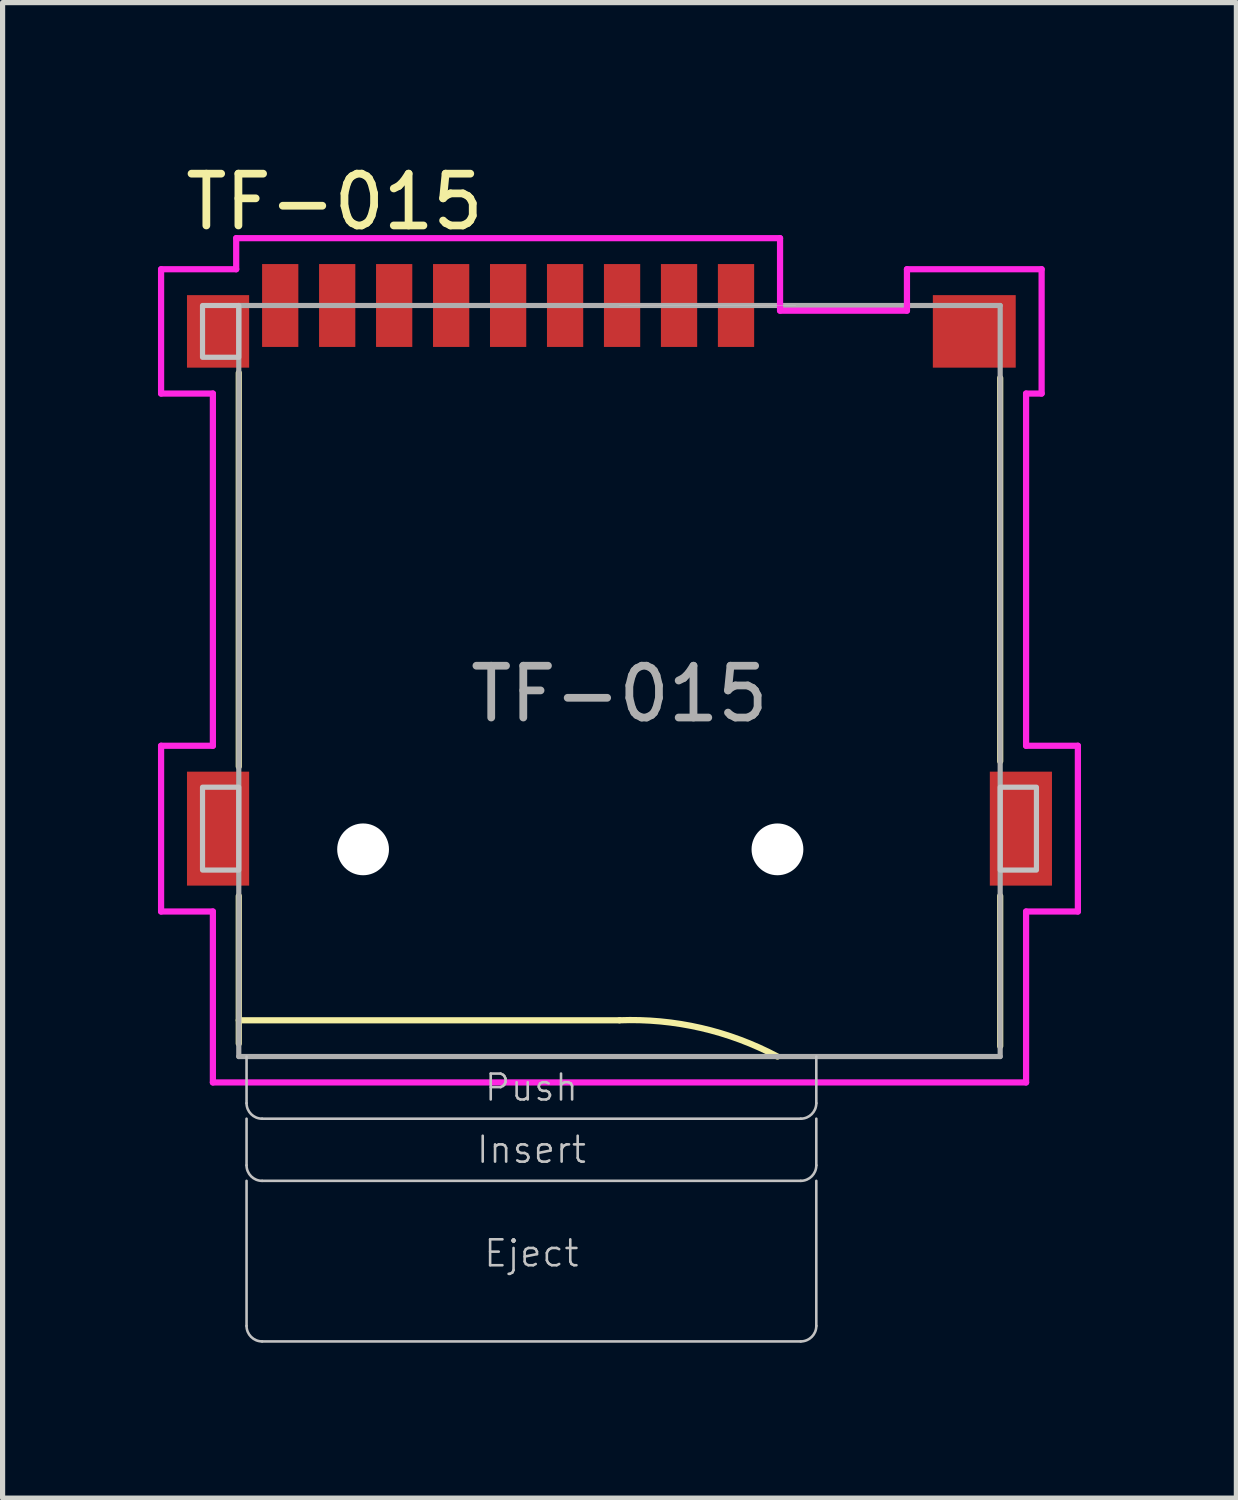
<source format=kicad_pcb>
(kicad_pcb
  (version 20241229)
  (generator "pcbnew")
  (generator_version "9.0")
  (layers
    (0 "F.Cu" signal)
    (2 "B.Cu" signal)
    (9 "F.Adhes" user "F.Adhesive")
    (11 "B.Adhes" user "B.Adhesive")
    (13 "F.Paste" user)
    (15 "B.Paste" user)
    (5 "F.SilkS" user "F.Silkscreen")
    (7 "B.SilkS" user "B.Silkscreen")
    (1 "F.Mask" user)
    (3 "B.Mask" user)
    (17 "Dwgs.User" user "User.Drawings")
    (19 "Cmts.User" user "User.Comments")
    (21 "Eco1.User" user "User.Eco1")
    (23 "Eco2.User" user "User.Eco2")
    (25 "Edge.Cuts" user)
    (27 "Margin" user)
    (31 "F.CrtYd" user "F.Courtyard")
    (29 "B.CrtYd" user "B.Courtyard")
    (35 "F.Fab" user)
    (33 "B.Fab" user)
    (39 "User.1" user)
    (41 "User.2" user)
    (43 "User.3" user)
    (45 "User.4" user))
  (footprint "TF-015"
    (layer "F.Cu")
    (at 8.91 2.848)
    (property "Reference" "TF-015" (at -5.5 -2 0) (unlocked yes) (layer "F.SilkS") (effects (font (size 1 1) (thickness 0.15))))
    (fp_line (start -7.35 8.9) (end -7.35 1.3) (stroke (width 0.12) (type solid)) (layer "F.SilkS"))
    (fp_line (start -7.35 13.8) (end 0 13.8) (stroke (width 0.12) (type solid)) (layer "F.SilkS"))
    (fp_line (start -7.35 14.25) (end -7.35 11.4) (stroke (width 0.12) (type solid)) (layer "F.SilkS"))
    (fp_line (start 7.35 8.8) (end 7.35 1.4) (stroke (width 0.12) (type solid)) (layer "F.SilkS"))
    (fp_line (start 7.35 14.3) (end 7.35 11.4) (stroke (width 0.12) (type solid)) (layer "F.SilkS"))
    (fp_arc (start 0 13.8) (mid 1.571389 13.947876) (end 3.049999 14.5) (stroke (width 0.12) (type solid)) (layer "F.SilkS"))
    (fp_line (start -7.2 14.5) (end -7.2 15.4) (stroke (width 0.05) (type solid)) (layer "Dwgs.User"))
    (fp_line (start -7.2 15.7) (end -7.2 16.6) (stroke (width 0.05) (type solid)) (layer "Dwgs.User"))
    (fp_line (start -7.2 16.9) (end -7.2 19.7) (stroke (width 0.05) (type solid)) (layer "Dwgs.User"))
    (fp_line (start -6.9 15.7) (end 3.5 15.7) (stroke (width 0.05) (type solid)) (layer "Dwgs.User"))
    (fp_line (start -6.9 16.9) (end 3.5 16.9) (stroke (width 0.05) (type solid)) (layer "Dwgs.User"))
    (fp_line (start -6.9 20) (end 3.5 20) (stroke (width 0.05) (type solid)) (layer "Dwgs.User"))
    (fp_line (start 3.4 0) (end 0 0) (stroke (width 0.01) (type solid)) (layer "Dwgs.User"))
    (fp_line (start 3.8 15.4) (end 3.8 14.5) (stroke (width 0.05) (type solid)) (layer "Dwgs.User"))
    (fp_line (start 3.8 16.6) (end 3.8 15.7) (stroke (width 0.05) (type solid)) (layer "Dwgs.User"))
    (fp_line (start 3.8 19.7) (end 3.8 16.9) (stroke (width 0.05) (type solid)) (layer "Dwgs.User"))
    (fp_rect (start -8.05 9.3) (end -7.35 10.9) (stroke (width 0.1) (type solid)) (fill no) (layer "Dwgs.User"))
    (fp_rect (start -7.35 0) (end -8.05 1) (stroke (width 0.1) (type solid)) (fill no) (layer "Dwgs.User"))
    (fp_rect (start 7.35 9.3) (end 8.05 10.9) (stroke (width 0.1) (type solid)) (fill no) (layer "Dwgs.User"))
    (fp_arc (start -6.900002 15.700002) (mid -7.112133 15.612133) (end -7.2 15.4) (stroke (width 0.05) (type solid)) (layer "Dwgs.User"))
    (fp_arc (start -6.900002 16.900002) (mid -7.112133 16.812133) (end -7.2 16.6) (stroke (width 0.05) (type solid)) (layer "Dwgs.User"))
    (fp_arc (start -6.900002 20.000002) (mid -7.112133 19.912133) (end -7.2 19.7) (stroke (width 0.05) (type solid)) (layer "Dwgs.User"))
    (fp_arc (start 3.800002 15.400002) (mid 3.712133 15.612133) (end 3.5 15.7) (stroke (width 0.05) (type solid)) (layer "Dwgs.User"))
    (fp_arc (start 3.800002 16.600002) (mid 3.712133 16.812133) (end 3.5 16.9) (stroke (width 0.05) (type solid)) (layer "Dwgs.User"))
    (fp_arc (start 3.800002 19.700002) (mid 3.712133 19.912133) (end 3.5 20) (stroke (width 0.05) (type solid)) (layer "Dwgs.User"))
    (fp_line (start -8.85 -0.7) (end -8.85 1.7) (stroke (width 0.12) (type solid)) (layer "F.CrtYd"))
    (fp_line (start -8.85 -0.7) (end -7.4 -0.7) (stroke (width 0.12) (type solid)) (layer "F.CrtYd"))
    (fp_line (start -8.85 1.7) (end -7.85 1.7) (stroke (width 0.12) (type solid)) (layer "F.CrtYd"))
    (fp_line (start -8.85 8.5) (end -8.85 11.7) (stroke (width 0.12) (type solid)) (layer "F.CrtYd"))
    (fp_line (start -8.85 11.7) (end -7.85 11.7) (stroke (width 0.12) (type solid)) (layer "F.CrtYd"))
    (fp_line (start -7.85 8.5) (end -8.85 8.5) (stroke (width 0.12) (type solid)) (layer "F.CrtYd"))
    (fp_line (start -7.85 8.5) (end -7.85 1.7) (stroke (width 0.12) (type solid)) (layer "F.CrtYd"))
    (fp_line (start -7.85 11.7) (end -7.85 15) (stroke (width 0.12) (type solid)) (layer "F.CrtYd"))
    (fp_line (start -7.85 15) (end 7.85 15) (stroke (width 0.12) (type solid)) (layer "F.CrtYd"))
    (fp_line (start -7.4 -1.3) (end 3.1 -1.3) (stroke (width 0.12) (type solid)) (layer "F.CrtYd"))
    (fp_line (start -7.4 -0.7) (end -7.4 -1.3) (stroke (width 0.12) (type solid)) (layer "F.CrtYd"))
    (fp_line (start 3.1 -1.3) (end 3.1 0.1) (stroke (width 0.12) (type solid)) (layer "F.CrtYd"))
    (fp_line (start 3.1 0.1) (end 5.55 0.1) (stroke (width 0.12) (type solid)) (layer "F.CrtYd"))
    (fp_line (start 5.55 -0.7) (end 8.15 -0.7) (stroke (width 0.12) (type solid)) (layer "F.CrtYd"))
    (fp_line (start 5.55 0.1) (end 5.55 -0.7) (stroke (width 0.12) (type solid)) (layer "F.CrtYd"))
    (fp_line (start 7.85 1.7) (end 8.15 1.7) (stroke (width 0.12) (type solid)) (layer "F.CrtYd"))
    (fp_line (start 7.85 8.5) (end 7.85 1.7) (stroke (width 0.12) (type solid)) (layer "F.CrtYd"))
    (fp_line (start 7.85 11.7) (end 8.85 11.7) (stroke (width 0.12) (type solid)) (layer "F.CrtYd"))
    (fp_line (start 7.85 15) (end 7.85 11.7) (stroke (width 0.12) (type solid)) (layer "F.CrtYd"))
    (fp_line (start 8.15 -0.7) (end 8.15 1.7) (stroke (width 0.12) (type solid)) (layer "F.CrtYd"))
    (fp_line (start 8.85 8.5) (end 7.85 8.5) (stroke (width 0.12) (type solid)) (layer "F.CrtYd"))
    (fp_line (start 8.85 11.7) (end 8.85 8.5) (stroke (width 0.12) (type solid)) (layer "F.CrtYd"))
    (fp_line (start -7.35 0) (end 7.35 0) (stroke (width 0.1) (type solid)) (layer "F.Fab"))
    (fp_line (start -7.35 14.5) (end -7.35 0) (stroke (width 0.1) (type solid)) (layer "F.Fab"))
    (fp_line (start 7.35 14.5) (end -7.35 14.5) (stroke (width 0.1) (type solid)) (layer "F.Fab"))
    (fp_line (start 7.35 14.5) (end 7.35 0) (stroke (width 0.1) (type solid)) (layer "F.Fab"))
    (fp_text user "Insert" (at -1.7 16.3 0) (unlocked yes) (layer "Dwgs.User") (effects (font (size 0.5 0.5) (thickness 0.05))))
    (fp_text user "Eject" (at -1.7 18.3 0) (unlocked yes) (layer "Dwgs.User") (effects (font (size 0.5 0.5) (thickness 0.05))))
    (fp_text user "Push" (at -1.7 15.1 0) (unlocked yes) (layer "Dwgs.User") (effects (font (size 0.5 0.5) (thickness 0.05))))
    (fp_text user "${REFERENCE}" (at 0 7.5 0) (unlocked yes) (layer "F.Fab") (effects (font (size 1 1) (thickness 0.15))))
    (pad "" np_thru_hole circle (at -4.95 10.5) (size 1 1) (drill 1) (layers "*.Cu" "*.Mask"))
    (pad "" np_thru_hole circle (at 3.05 10.5) (size 1 1) (drill 1) (layers "*.Cu" "*.Mask"))
    (pad "1" smd rect (at 2.25 0) (size 0.7 1.6) (layers "F.Cu" "F.Mask" "F.Paste"))
    (pad "2" smd rect (at 1.15 0) (size 0.7 1.6) (layers "F.Cu" "F.Mask" "F.Paste"))
    (pad "3" smd rect (at 0.05 0) (size 0.7 1.6) (layers "F.Cu" "F.Mask" "F.Paste"))
    (pad "4" smd rect (at -1.05 0) (size 0.7 1.6) (layers "F.Cu" "F.Mask" "F.Paste"))
    (pad "5" smd rect (at -2.15 0) (size 0.7 1.6) (layers "F.Cu" "F.Mask" "F.Paste"))
    (pad "6" smd rect (at -3.25 0) (size 0.7 1.6) (layers "F.Cu" "F.Mask" "F.Paste"))
    (pad "7" smd rect (at -4.35 0) (size 0.7 1.6) (layers "F.Cu" "F.Mask" "F.Paste"))
    (pad "8" smd rect (at -5.45 0) (size 0.7 1.6) (layers "F.Cu" "F.Mask" "F.Paste"))
    (pad "9" smd rect (at -6.55 0) (size 0.7 1.6) (layers "F.Cu" "F.Mask" "F.Paste"))
    (pad "10" smd rect (at -7.75 0.5) (size 1.2 1.4) (layers "F.Cu" "F.Mask" "F.Paste"))
    (pad "10" smd rect (at -7.75 10.1) (size 1.2 2.2) (layers "F.Cu" "F.Mask" "F.Paste"))
    (pad "10" smd rect (at 6.85 0.5) (size 1.6 1.4) (layers "F.Cu" "F.Mask" "F.Paste"))
    (pad "10" smd rect (at 7.75 10.1) (size 1.2 2.2) (layers "F.Cu" "F.Mask" "F.Paste")))
  (gr_rect
    (start -3 -3)
    (end 20.82 25.873)
    (stroke (width 0.1) (type default))
    (fill no)
    (layer "Edge.Cuts")))
</source>
